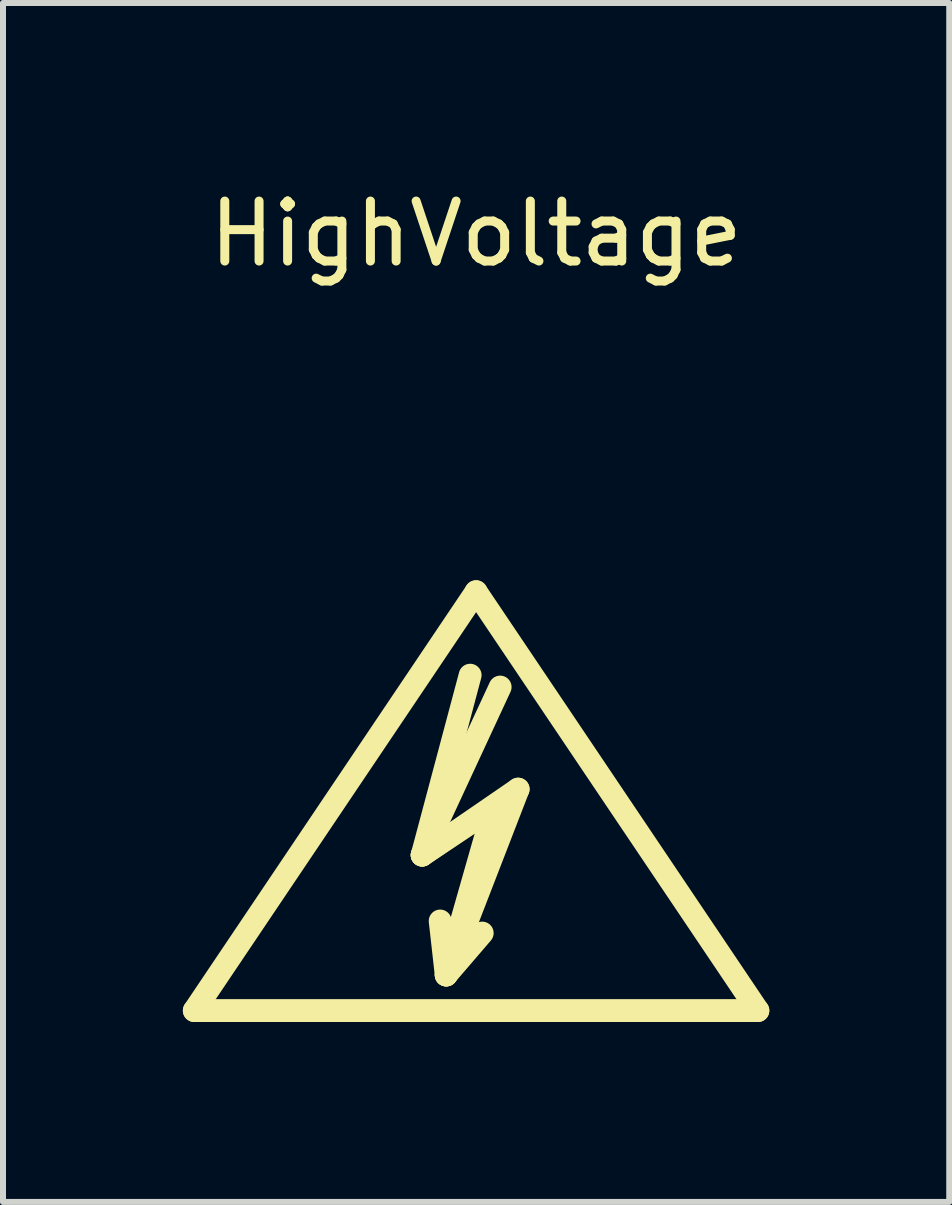
<source format=kicad_pcb>
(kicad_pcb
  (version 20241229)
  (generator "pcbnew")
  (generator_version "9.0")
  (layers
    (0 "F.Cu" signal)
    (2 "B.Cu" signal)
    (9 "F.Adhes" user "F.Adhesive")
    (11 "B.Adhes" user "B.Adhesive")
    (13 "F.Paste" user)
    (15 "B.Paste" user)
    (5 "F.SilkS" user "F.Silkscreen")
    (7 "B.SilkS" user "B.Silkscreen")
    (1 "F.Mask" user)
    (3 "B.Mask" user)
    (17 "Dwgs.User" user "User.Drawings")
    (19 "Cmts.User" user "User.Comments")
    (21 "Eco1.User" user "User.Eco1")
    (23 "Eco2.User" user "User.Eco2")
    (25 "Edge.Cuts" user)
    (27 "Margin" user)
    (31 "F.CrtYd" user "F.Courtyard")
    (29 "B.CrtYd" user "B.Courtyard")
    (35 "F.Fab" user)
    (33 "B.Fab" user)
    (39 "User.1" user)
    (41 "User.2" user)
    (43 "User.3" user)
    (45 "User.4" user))
  (footprint "HighVoltage"
    (layer "F.Cu")
    (at 4.889 11.008)
    (property "Reference" "HighVoltage" (at 0 -10.16 0) (layer "F.SilkS") (effects (font (size 1 1) (thickness 0.15))))
    (attr exclude_from_pos_files exclude_from_bom)
    (fp_line (start -4.699 2.794) (end 0 -4.191) (stroke (width 0.381) (type solid)) (layer "F.SilkS"))
    (fp_line (start -0.899 0.201) (end 0.3 -0.599) (stroke (width 0.381) (type solid)) (layer "F.SilkS"))
    (fp_line (start -0.899 0.201) (end 0.401 -2.601) (stroke (width 0.381) (type solid)) (layer "F.SilkS"))
    (fp_line (start -0.498 2.2) (end -0.599 1.3) (stroke (width 0.381) (type solid)) (layer "F.SilkS"))
    (fp_line (start -0.498 2.2) (end 0.102 1.501) (stroke (width 0.381) (type solid)) (layer "F.SilkS"))
    (fp_line (start -0.498 2.2) (end 0.701 -0.899) (stroke (width 0.381) (type solid)) (layer "F.SilkS"))
    (fp_line (start -0.099 -2.799) (end -0.899 0.201) (stroke (width 0.381) (type solid)) (layer "F.SilkS"))
    (fp_line (start 0 -4.191) (end 4.699 2.794) (stroke (width 0.381) (type solid)) (layer "F.SilkS"))
    (fp_line (start 0.3 -0.599) (end -0.498 2.2) (stroke (width 0.381) (type solid)) (layer "F.SilkS"))
    (fp_line (start 0.701 -0.899) (end -0.9 0.2) (stroke (width 0.381) (type solid)) (layer "F.SilkS"))
    (fp_line (start 4.699 2.794) (end -4.699 2.794) (stroke (width 0.381) (type solid)) (layer "F.SilkS")))
  (gr_rect
    (start -3 -3)
    (end 12.779 16.993)
    (stroke (width 0.1) (type default))
    (fill no)
    (layer "Edge.Cuts")))
</source>
